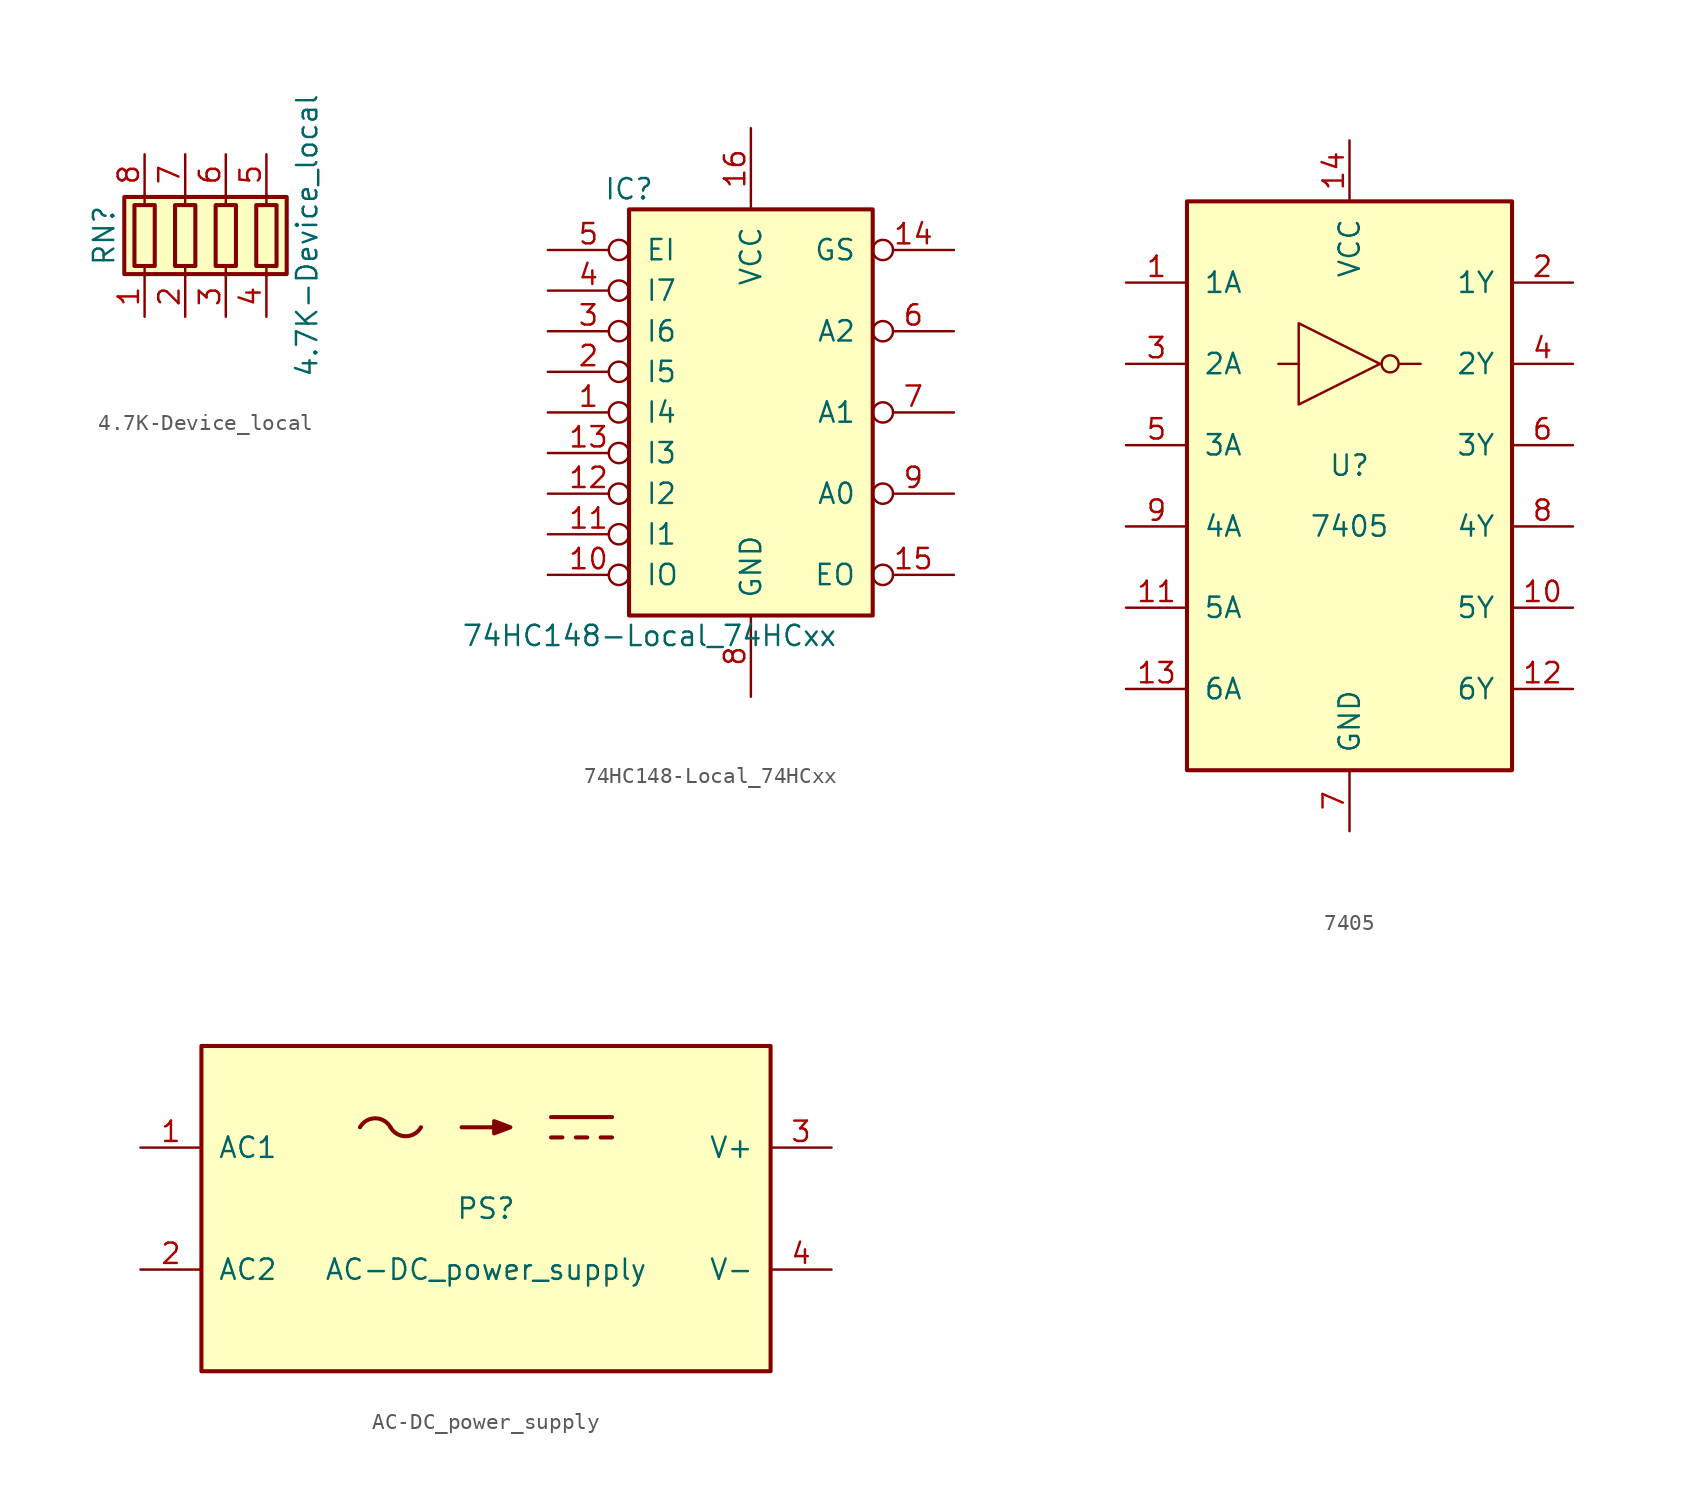
<source format=kicad_sym>
(kicad_symbol_lib
  (version 20220914)
  (generator kicad_symbol_editor)
  (symbol "4.7K-Device_local"
    (pin_names
      (offset 0) hide)
    (property "Reference" "RN"
      (at -7.62 0 90)
      (effects (font (size 1.27 1.27))))
    (property "Value" "4.7K-Device_local"
      (at 5.08 0 90)
      (effects (font (size 1.27 1.27))))
    (symbol "4.7K-Device_local_0_1"
      (rectangle (start -6.35 -2.413) (end 3.81 2.413) (stroke (width 0.254) (type default)) (fill (type background)))
      (rectangle (start -5.715 1.905) (end -4.445 -1.905) (stroke (width 0.254) (type default)) (fill (type none)))
      (rectangle (start -3.175 1.905) (end -1.905 -1.905) (stroke (width 0.254) (type default)) (fill (type none)))
      (rectangle (start -0.635 1.905) (end 0.635 -1.905) (stroke (width 0.254) (type default)) (fill (type none)))
      (polyline (pts (xy -5.08 -2.54) (xy -5.08 -1.905)) (stroke (width 0) (type default)) (fill (type none)))
      (polyline (pts (xy -5.08 1.905) (xy -5.08 2.54)) (stroke (width 0) (type default)) (fill (type none)))
      (polyline (pts (xy -2.54 -2.54) (xy -2.54 -1.905)) (stroke (width 0) (type default)) (fill (type none)))
      (polyline (pts (xy -2.54 1.905) (xy -2.54 2.54)) (stroke (width 0) (type default)) (fill (type none)))
      (polyline (pts (xy 0 -2.54) (xy 0 -1.905)) (stroke (width 0) (type default)) (fill (type none)))
      (polyline (pts (xy 0 1.905) (xy 0 2.54)) (stroke (width 0) (type default)) (fill (type none)))
      (polyline (pts (xy 2.54 -2.54) (xy 2.54 -1.905)) (stroke (width 0) (type default)) (fill (type none)))
      (polyline (pts (xy 2.54 1.905) (xy 2.54 2.54)) (stroke (width 0) (type default)) (fill (type none)))
      (rectangle (start 1.905 1.905) (end 3.175 -1.905) (stroke (width 0.254) (type default)) (fill (type none))))
    (symbol "4.7K-Device_local_1_1"
      (pin passive line (at -5.08 -5.08 90) (length 2.54) (name "R1.1" (effects (font (size 1.27 1.27)))) (number "1" (effects (font (size 1.27 1.27)))))
      (pin passive line (at -2.54 -5.08 90) (length 2.54) (name "R2.1" (effects (font (size 1.27 1.27)))) (number "2" (effects (font (size 1.27 1.27)))))
      (pin passive line (at 0 -5.08 90) (length 2.54) (name "R3.1" (effects (font (size 1.27 1.27)))) (number "3" (effects (font (size 1.27 1.27)))))
      (pin passive line (at 2.54 -5.08 90) (length 2.54) (name "R4.1" (effects (font (size 1.27 1.27)))) (number "4" (effects (font (size 1.27 1.27)))))
      (pin passive line (at 2.54 5.08 270) (length 2.54) (name "R4.2" (effects (font (size 1.27 1.27)))) (number "5" (effects (font (size 1.27 1.27)))))
      (pin passive line (at 0 5.08 270) (length 2.54) (name "R3.2" (effects (font (size 1.27 1.27)))) (number "6" (effects (font (size 1.27 1.27)))))
      (pin passive line (at -2.54 5.08 270) (length 2.54) (name "R2.2" (effects (font (size 1.27 1.27)))) (number "7" (effects (font (size 1.27 1.27)))))
      (pin passive line (at -5.08 5.08 270) (length 2.54) (name "R1.2" (effects (font (size 1.27 1.27)))) (number "8" (effects (font (size 1.27 1.27)))))))
  (symbol "74HC148-Local_74HCxx"
    (pin_names
      (offset 1.016))
    (property "Reference" "IC"
      (at -7.62 13.97 0)
      (effects (font (size 1.27 1.27))))
    (property "Value" "74HC148-Local_74HCxx"
      (at -6.35 -13.97 0)
      (effects (font (size 1.27 1.27))))
    (symbol "74HC148-Local_74HCxx_1_0"
      (pin input inverted (at -12.7 0 0) (length 5.08) (name "I4" (effects (font (size 1.27 1.27)))) (number "1" (effects (font (size 1.27 1.27)))))
      (pin input inverted (at -12.7 -10.16 0) (length 5.08) (name "IO" (effects (font (size 1.27 1.27)))) (number "10" (effects (font (size 1.27 1.27)))))
      (pin input inverted (at -12.7 -7.62 0) (length 5.08) (name "I1" (effects (font (size 1.27 1.27)))) (number "11" (effects (font (size 1.27 1.27)))))
      (pin input inverted (at -12.7 -5.08 0) (length 5.08) (name "I2" (effects (font (size 1.27 1.27)))) (number "12" (effects (font (size 1.27 1.27)))))
      (pin input inverted (at -12.7 -2.54 0) (length 5.08) (name "I3" (effects (font (size 1.27 1.27)))) (number "13" (effects (font (size 1.27 1.27)))))
      (pin output inverted (at 12.7 10.16 180) (length 5.08) (name "GS" (effects (font (size 1.27 1.27)))) (number "14" (effects (font (size 1.27 1.27)))))
      (pin output inverted (at 12.7 -10.16 180) (length 5.08) (name "EO" (effects (font (size 1.27 1.27)))) (number "15" (effects (font (size 1.27 1.27)))))
      (pin power_in line (at 0 17.78 270) (length 5.08) (name "VCC" (effects (font (size 1.27 1.27)))) (number "16" (effects (font (size 1.27 1.27)))))
      (pin input inverted (at -12.7 2.54 0) (length 5.08) (name "I5" (effects (font (size 1.27 1.27)))) (number "2" (effects (font (size 1.27 1.27)))))
      (pin input inverted (at -12.7 5.08 0) (length 5.08) (name "I6" (effects (font (size 1.27 1.27)))) (number "3" (effects (font (size 1.27 1.27)))))
      (pin input inverted (at -12.7 7.62 0) (length 5.08) (name "I7" (effects (font (size 1.27 1.27)))) (number "4" (effects (font (size 1.27 1.27)))))
      (pin input inverted (at -12.7 10.16 0) (length 5.08) (name "EI" (effects (font (size 1.27 1.27)))) (number "5" (effects (font (size 1.27 1.27)))))
      (pin output inverted (at 12.7 5.08 180) (length 5.08) (name "A2" (effects (font (size 1.27 1.27)))) (number "6" (effects (font (size 1.27 1.27)))))
      (pin output inverted (at 12.7 0 180) (length 5.08) (name "A1" (effects (font (size 1.27 1.27)))) (number "7" (effects (font (size 1.27 1.27)))))
      (pin power_in line (at 0 -17.78 90) (length 5.08) (name "GND" (effects (font (size 1.27 1.27)))) (number "8" (effects (font (size 1.27 1.27)))))
      (pin output inverted (at 12.7 -5.08 180) (length 5.08) (name "A0" (effects (font (size 1.27 1.27)))) (number "9" (effects (font (size 1.27 1.27))))))
    (symbol "74HC148-Local_74HCxx_1_1"
      (rectangle (start -7.62 12.7) (end 7.62 -12.7) (stroke (width 0.254) (type default)) (fill (type background)))))
  (symbol "7405"
    (pin_names
      (offset 1.016))
    (property "Reference" "U"
      (at 0 1.27 0)
      (effects (font (size 1.27 1.27))))
    (property "Value" "7405"
      (at 0 -2.54 0)
      (effects (font (size 1.27 1.27))))
    (symbol "7405_0_1"
      (rectangle (start -10.16 17.78) (end 10.16 -17.78) (stroke (width 0.254) (type default)) (fill (type background)))
      (polyline (pts (xy -3.175 7.62) (xy -4.445 7.62)) (stroke (width 0) (type default)) (fill (type none)))
      (polyline (pts (xy 3.175 7.62) (xy 4.445 7.62)) (stroke (width 0) (type default)) (fill (type none)))
      (polyline (pts (xy -3.175 10.16) (xy -3.175 5.08) (xy 1.905 7.62) (xy -3.175 10.16)) (stroke (width 0) (type default)) (fill (type none)))
      (circle (center 2.54 7.62) (radius 0.533) (stroke (width 0) (type default)) (fill (type none))))
    (symbol "7405_1_1"
      (pin input line (at -13.97 12.7 0) (length 3.81) (name "1A" (effects (font (size 1.27 1.27)))) (number "1" (effects (font (size 1.27 1.27)))))
      (pin output line (at 13.97 -7.62 180) (length 3.81) (name "5Y" (effects (font (size 1.27 1.27)))) (number "10" (effects (font (size 1.27 1.27)))))
      (pin input line (at -13.97 -7.62 0) (length 3.81) (name "5A" (effects (font (size 1.27 1.27)))) (number "11" (effects (font (size 1.27 1.27)))))
      (pin output line (at 13.97 -12.7 180) (length 3.81) (name "6Y" (effects (font (size 1.27 1.27)))) (number "12" (effects (font (size 1.27 1.27)))))
      (pin input line (at -13.97 -12.7 0) (length 3.81) (name "6A" (effects (font (size 1.27 1.27)))) (number "13" (effects (font (size 1.27 1.27)))))
      (pin power_in line (at 0 21.59 270) (length 3.81) (name "VCC" (effects (font (size 1.27 1.27)))) (number "14" (effects (font (size 1.27 1.27)))))
      (pin output line (at 13.97 12.7 180) (length 3.81) (name "1Y" (effects (font (size 1.27 1.27)))) (number "2" (effects (font (size 1.27 1.27)))))
      (pin input line (at -13.97 7.62 0) (length 3.81) (name "2A" (effects (font (size 1.27 1.27)))) (number "3" (effects (font (size 1.27 1.27)))))
      (pin output line (at 13.97 7.62 180) (length 3.81) (name "2Y" (effects (font (size 1.27 1.27)))) (number "4" (effects (font (size 1.27 1.27)))))
      (pin input line (at -13.97 2.54 0) (length 3.81) (name "3A" (effects (font (size 1.27 1.27)))) (number "5" (effects (font (size 1.27 1.27)))))
      (pin output line (at 13.97 2.54 180) (length 3.81) (name "3Y" (effects (font (size 1.27 1.27)))) (number "6" (effects (font (size 1.27 1.27)))))
      (pin power_in line (at 0 -21.59 90) (length 3.81) (name "GND" (effects (font (size 1.27 1.27)))) (number "7" (effects (font (size 1.27 1.27)))))
      (pin output line (at 13.97 -2.54 180) (length 3.81) (name "4Y" (effects (font (size 1.27 1.27)))) (number "8" (effects (font (size 1.27 1.27)))))
      (pin input line (at -13.97 -2.54 0) (length 3.81) (name "4A" (effects (font (size 1.27 1.27)))) (number "9" (effects (font (size 1.27 1.27)))))))
  (symbol "AC-DC_power_supply"
    (pin_names
      (offset 1.016))
    (property "Reference" "PS"
      (at 0 0 0)
      (effects (font (size 1.27 1.27))))
    (property "Value" "AC-DC_power_supply"
      (at 0 -3.81 0)
      (effects (font (size 1.27 1.27))))
    (symbol "AC-DC_power_supply_0_1"
      (arc (start -5.969 5.08) (mid -6.9215 5.6403) (end -7.874 5.08) (stroke (width 0.254) (type default)) (fill (type none)))
      (arc (start -5.969 5.08) (mid -5.0165 4.5197) (end -4.064 5.08) (stroke (width 0.254) (type default)) (fill (type none)))
      (polyline (pts (xy 4.064 4.445) (xy 4.775 4.445)) (stroke (width 0.254) (type default)) (fill (type none)))
      (polyline (pts (xy 4.064 5.715) (xy 7.874 5.715)) (stroke (width 0.254) (type default)) (fill (type none)))
      (polyline (pts (xy 5.613 4.445) (xy 6.325 4.445)) (stroke (width 0.254) (type default)) (fill (type none)))
      (polyline (pts (xy 7.163 4.445) (xy 7.874 4.445)) (stroke (width 0.254) (type default)) (fill (type none)))
      (polyline (pts (xy -1.524 5.08) (xy 1.524 5.08) (xy 0.508 5.461) (xy 0.508 4.699) (xy 1.524 5.08)) (stroke (width 0.254) (type default)) (fill (type outline)))
      (rectangle (start 17.78 -10.16) (end -17.78 10.16) (stroke (width 0.254) (type default)) (fill (type background))))
    (symbol "AC-DC_power_supply_1_1"
      (pin power_in line (at -21.59 3.81 0) (length 3.81) (name "AC1" (effects (font (size 1.27 1.27)))) (number "1" (effects (font (size 1.27 1.27)))))
      (pin power_in line (at -21.59 -3.81 0) (length 3.81) (name "AC2" (effects (font (size 1.27 1.27)))) (number "2" (effects (font (size 1.27 1.27)))))
      (pin power_out line (at 21.59 3.81 180) (length 3.81) (name "V+" (effects (font (size 1.27 1.27)))) (number "3" (effects (font (size 1.27 1.27)))))
      (pin power_out line (at 21.59 -3.81 180) (length 3.81) (name "V-" (effects (font (size 1.27 1.27)))) (number "4" (effects (font (size 1.27 1.27))))))))
</source>
